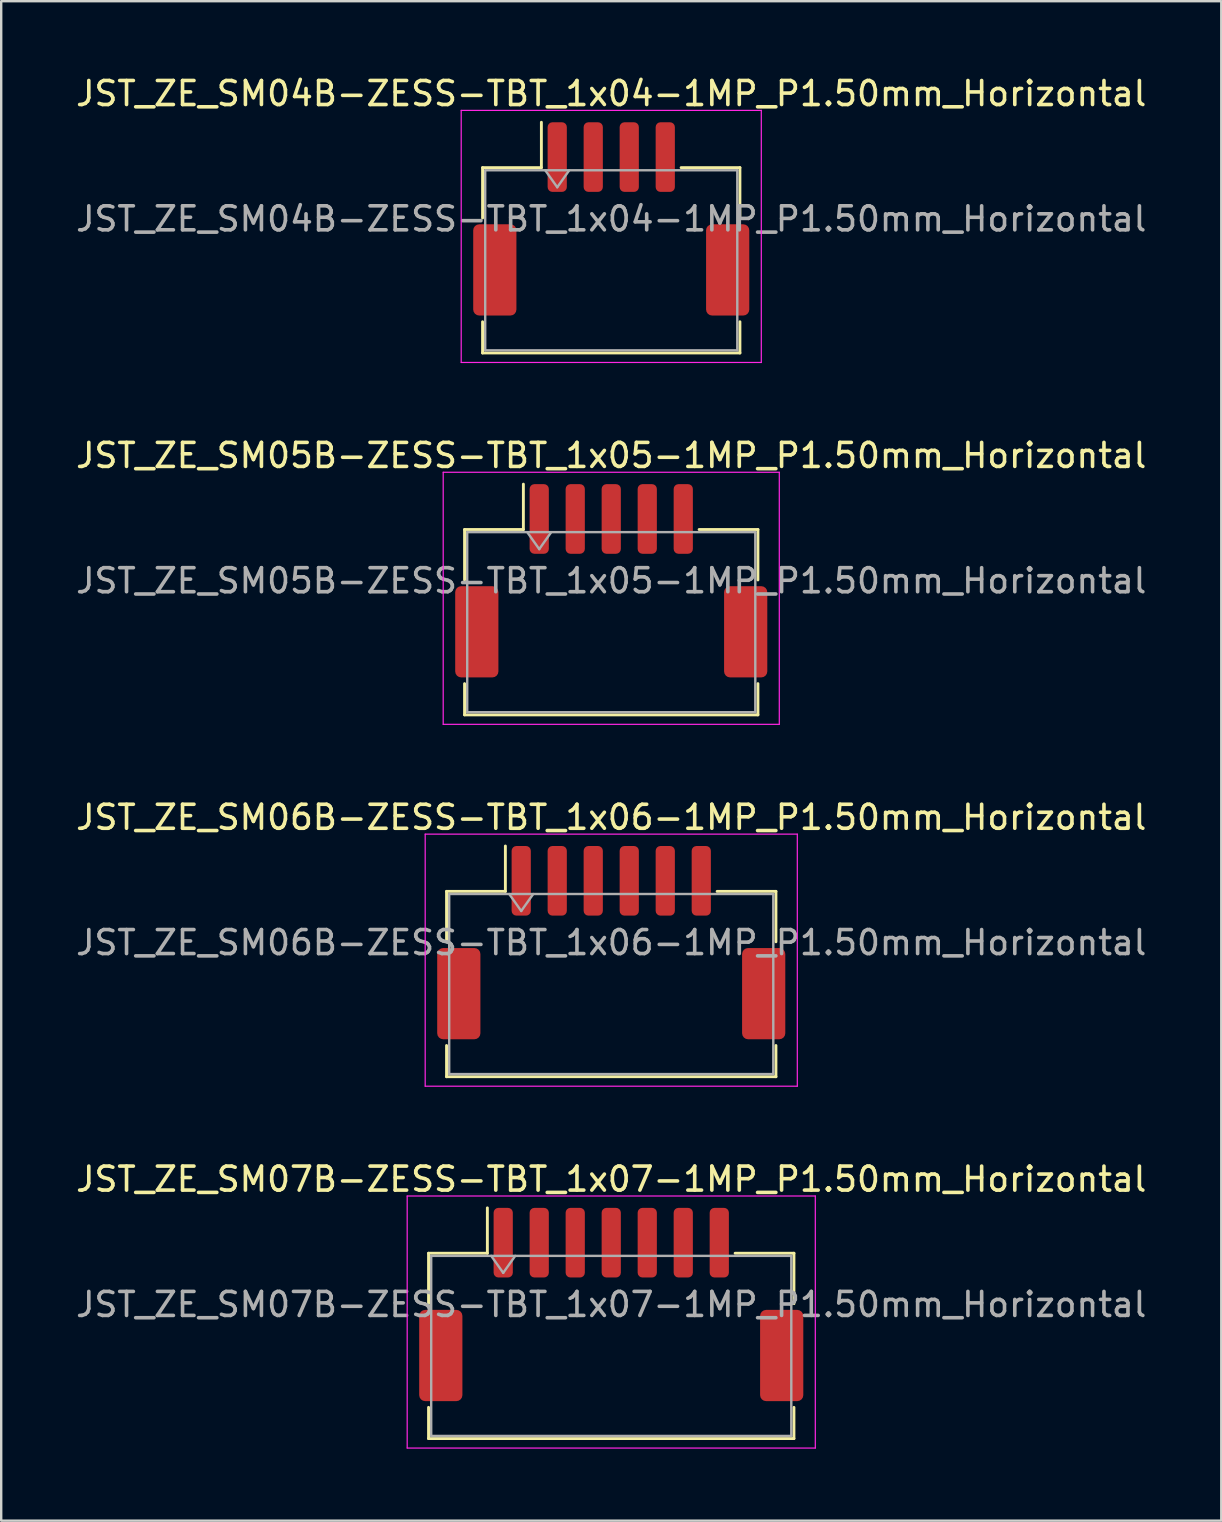
<source format=kicad_pcb>
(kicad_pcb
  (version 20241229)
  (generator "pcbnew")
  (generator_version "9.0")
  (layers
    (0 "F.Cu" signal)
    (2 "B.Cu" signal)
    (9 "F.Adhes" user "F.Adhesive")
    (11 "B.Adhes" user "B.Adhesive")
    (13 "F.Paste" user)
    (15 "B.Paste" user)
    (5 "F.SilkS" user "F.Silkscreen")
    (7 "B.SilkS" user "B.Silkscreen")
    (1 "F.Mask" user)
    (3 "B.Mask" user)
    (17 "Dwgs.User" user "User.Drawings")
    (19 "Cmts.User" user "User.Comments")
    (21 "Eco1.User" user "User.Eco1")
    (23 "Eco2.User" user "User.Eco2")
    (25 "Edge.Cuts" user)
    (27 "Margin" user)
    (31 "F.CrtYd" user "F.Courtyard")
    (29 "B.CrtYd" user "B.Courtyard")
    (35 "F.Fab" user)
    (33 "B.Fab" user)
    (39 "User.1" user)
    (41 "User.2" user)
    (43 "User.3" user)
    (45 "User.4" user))
  (footprint "JST_ZE_SM07B-ZESS-TBT_1x07-1MP_P1.50mm_Horizontal"
    (layer "F.Cu")
    (at 22.411 51.288)
    (property "Reference" "JST_ZE_SM07B-ZESS-TBT_1x07-1MP_P1.50mm_Horizontal" (at 0 -5.22 0) (layer "F.SilkS") (effects (font (size 1 1) (thickness 0.15))))
    (attr smd)
    (fp_line (start -7.61 -2.135) (end -5.16 -2.135) (stroke (width 0.12) (type solid)) (layer "F.SilkS"))
    (fp_line (start -7.61 -0.035) (end -7.61 -2.135) (stroke (width 0.12) (type solid)) (layer "F.SilkS"))
    (fp_line (start -7.61 4.285) (end -7.61 5.585) (stroke (width 0.12) (type solid)) (layer "F.SilkS"))
    (fp_line (start -7.61 5.585) (end 7.61 5.585) (stroke (width 0.12) (type solid)) (layer "F.SilkS"))
    (fp_line (start -5.16 -2.135) (end -5.16 -4.025) (stroke (width 0.12) (type solid)) (layer "F.SilkS"))
    (fp_line (start 7.61 -2.135) (end 5.16 -2.135) (stroke (width 0.12) (type solid)) (layer "F.SilkS"))
    (fp_line (start 7.61 -0.035) (end 7.61 -2.135) (stroke (width 0.12) (type solid)) (layer "F.SilkS"))
    (fp_line (start 7.61 5.585) (end 7.61 4.285) (stroke (width 0.12) (type solid)) (layer "F.SilkS"))
    (fp_line (start -8.5 -4.52) (end -8.5 5.98) (stroke (width 0.05) (type solid)) (layer "F.CrtYd"))
    (fp_line (start -8.5 5.98) (end 8.5 5.98) (stroke (width 0.05) (type solid)) (layer "F.CrtYd"))
    (fp_line (start 8.5 -4.52) (end -8.5 -4.52) (stroke (width 0.05) (type solid)) (layer "F.CrtYd"))
    (fp_line (start 8.5 5.98) (end 8.5 -4.52) (stroke (width 0.05) (type solid)) (layer "F.CrtYd"))
    (fp_line (start -7.5 -2.025) (end -7.5 5.475) (stroke (width 0.1) (type solid)) (layer "F.Fab"))
    (fp_line (start -7.5 -2.025) (end 7.5 -2.025) (stroke (width 0.1) (type solid)) (layer "F.Fab"))
    (fp_line (start -7.5 5.475) (end 7.5 5.475) (stroke (width 0.1) (type solid)) (layer "F.Fab"))
    (fp_line (start -5 -2.025) (end -4.5 -1.318) (stroke (width 0.1) (type solid)) (layer "F.Fab"))
    (fp_line (start -4.5 -1.318) (end -4 -2.025) (stroke (width 0.1) (type solid)) (layer "F.Fab"))
    (fp_line (start 7.5 -2.025) (end 7.5 5.475) (stroke (width 0.1) (type solid)) (layer "F.Fab"))
    (fp_text user "${REFERENCE}" (at 0 0 0) (layer "F.Fab") (effects (font (size 1 1) (thickness 0.15))))
    (pad "1" smd roundrect (at -4.5 -2.575) (size 0.8 2.9) (layers "F.Cu" "F.Mask" "F.Paste") (roundrect_rratio 0.25))
    (pad "2" smd roundrect (at -3 -2.575) (size 0.8 2.9) (layers "F.Cu" "F.Mask" "F.Paste") (roundrect_rratio 0.25))
    (pad "3" smd roundrect (at -1.5 -2.575) (size 0.8 2.9) (layers "F.Cu" "F.Mask" "F.Paste") (roundrect_rratio 0.25))
    (pad "4" smd roundrect (at 0 -2.575) (size 0.8 2.9) (layers "F.Cu" "F.Mask" "F.Paste") (roundrect_rratio 0.25))
    (pad "5" smd roundrect (at 1.5 -2.575) (size 0.8 2.9) (layers "F.Cu" "F.Mask" "F.Paste") (roundrect_rratio 0.25))
    (pad "6" smd roundrect (at 3 -2.575) (size 0.8 2.9) (layers "F.Cu" "F.Mask" "F.Paste") (roundrect_rratio 0.25))
    (pad "7" smd roundrect (at 4.5 -2.575) (size 0.8 2.9) (layers "F.Cu" "F.Mask" "F.Paste") (roundrect_rratio 0.25))
    (pad "MP" smd roundrect (at -7.1 2.125) (size 1.8 3.8) (layers "F.Cu" "F.Mask" "F.Paste") (roundrect_rratio 0.139))
    (pad "MP" smd roundrect (at 7.1 2.125) (size 1.8 3.8) (layers "F.Cu" "F.Mask" "F.Paste") (roundrect_rratio 0.139)))
  (footprint "JST_ZE_SM06B-ZESS-TBT_1x06-1MP_P1.50mm_Horizontal"
    (layer "F.Cu")
    (at 22.411 36.215)
    (property "Reference" "JST_ZE_SM06B-ZESS-TBT_1x06-1MP_P1.50mm_Horizontal" (at 0 -5.22 0) (layer "F.SilkS") (effects (font (size 1 1) (thickness 0.15))))
    (attr smd)
    (fp_line (start -6.86 -2.135) (end -4.41 -2.135) (stroke (width 0.12) (type solid)) (layer "F.SilkS"))
    (fp_line (start -6.86 -0.035) (end -6.86 -2.135) (stroke (width 0.12) (type solid)) (layer "F.SilkS"))
    (fp_line (start -6.86 4.285) (end -6.86 5.585) (stroke (width 0.12) (type solid)) (layer "F.SilkS"))
    (fp_line (start -6.86 5.585) (end 6.86 5.585) (stroke (width 0.12) (type solid)) (layer "F.SilkS"))
    (fp_line (start -4.41 -2.135) (end -4.41 -4.025) (stroke (width 0.12) (type solid)) (layer "F.SilkS"))
    (fp_line (start 6.86 -2.135) (end 4.41 -2.135) (stroke (width 0.12) (type solid)) (layer "F.SilkS"))
    (fp_line (start 6.86 -0.035) (end 6.86 -2.135) (stroke (width 0.12) (type solid)) (layer "F.SilkS"))
    (fp_line (start 6.86 5.585) (end 6.86 4.285) (stroke (width 0.12) (type solid)) (layer "F.SilkS"))
    (fp_line (start -7.75 -4.52) (end -7.75 5.98) (stroke (width 0.05) (type solid)) (layer "F.CrtYd"))
    (fp_line (start -7.75 5.98) (end 7.75 5.98) (stroke (width 0.05) (type solid)) (layer "F.CrtYd"))
    (fp_line (start 7.75 -4.52) (end -7.75 -4.52) (stroke (width 0.05) (type solid)) (layer "F.CrtYd"))
    (fp_line (start 7.75 5.98) (end 7.75 -4.52) (stroke (width 0.05) (type solid)) (layer "F.CrtYd"))
    (fp_line (start -6.75 -2.025) (end -6.75 5.475) (stroke (width 0.1) (type solid)) (layer "F.Fab"))
    (fp_line (start -6.75 -2.025) (end 6.75 -2.025) (stroke (width 0.1) (type solid)) (layer "F.Fab"))
    (fp_line (start -6.75 5.475) (end 6.75 5.475) (stroke (width 0.1) (type solid)) (layer "F.Fab"))
    (fp_line (start -4.25 -2.025) (end -3.75 -1.318) (stroke (width 0.1) (type solid)) (layer "F.Fab"))
    (fp_line (start -3.75 -1.318) (end -3.25 -2.025) (stroke (width 0.1) (type solid)) (layer "F.Fab"))
    (fp_line (start 6.75 -2.025) (end 6.75 5.475) (stroke (width 0.1) (type solid)) (layer "F.Fab"))
    (fp_text user "${REFERENCE}" (at 0 0 0) (layer "F.Fab") (effects (font (size 1 1) (thickness 0.15))))
    (pad "1" smd roundrect (at -3.75 -2.575) (size 0.8 2.9) (layers "F.Cu" "F.Mask" "F.Paste") (roundrect_rratio 0.25))
    (pad "2" smd roundrect (at -2.25 -2.575) (size 0.8 2.9) (layers "F.Cu" "F.Mask" "F.Paste") (roundrect_rratio 0.25))
    (pad "3" smd roundrect (at -0.75 -2.575) (size 0.8 2.9) (layers "F.Cu" "F.Mask" "F.Paste") (roundrect_rratio 0.25))
    (pad "4" smd roundrect (at 0.75 -2.575) (size 0.8 2.9) (layers "F.Cu" "F.Mask" "F.Paste") (roundrect_rratio 0.25))
    (pad "5" smd roundrect (at 2.25 -2.575) (size 0.8 2.9) (layers "F.Cu" "F.Mask" "F.Paste") (roundrect_rratio 0.25))
    (pad "6" smd roundrect (at 3.75 -2.575) (size 0.8 2.9) (layers "F.Cu" "F.Mask" "F.Paste") (roundrect_rratio 0.25))
    (pad "MP" smd roundrect (at -6.35 2.125) (size 1.8 3.8) (layers "F.Cu" "F.Mask" "F.Paste") (roundrect_rratio 0.139))
    (pad "MP" smd roundrect (at 6.35 2.125) (size 1.8 3.8) (layers "F.Cu" "F.Mask" "F.Paste") (roundrect_rratio 0.139)))
  (footprint "JST_ZE_SM04B-ZESS-TBT_1x04-1MP_P1.50mm_Horizontal"
    (layer "F.Cu")
    (at 22.411 6.068)
    (property "Reference" "JST_ZE_SM04B-ZESS-TBT_1x04-1MP_P1.50mm_Horizontal" (at 0 -5.22 0) (layer "F.SilkS") (effects (font (size 1 1) (thickness 0.15))))
    (attr smd)
    (fp_line (start -5.36 -2.135) (end -2.91 -2.135) (stroke (width 0.12) (type solid)) (layer "F.SilkS"))
    (fp_line (start -5.36 -0.035) (end -5.36 -2.135) (stroke (width 0.12) (type solid)) (layer "F.SilkS"))
    (fp_line (start -5.36 4.285) (end -5.36 5.585) (stroke (width 0.12) (type solid)) (layer "F.SilkS"))
    (fp_line (start -5.36 5.585) (end 5.36 5.585) (stroke (width 0.12) (type solid)) (layer "F.SilkS"))
    (fp_line (start -2.91 -2.135) (end -2.91 -4.025) (stroke (width 0.12) (type solid)) (layer "F.SilkS"))
    (fp_line (start 5.36 -2.135) (end 2.91 -2.135) (stroke (width 0.12) (type solid)) (layer "F.SilkS"))
    (fp_line (start 5.36 -0.035) (end 5.36 -2.135) (stroke (width 0.12) (type solid)) (layer "F.SilkS"))
    (fp_line (start 5.36 5.585) (end 5.36 4.285) (stroke (width 0.12) (type solid)) (layer "F.SilkS"))
    (fp_line (start -6.25 -4.52) (end -6.25 5.98) (stroke (width 0.05) (type solid)) (layer "F.CrtYd"))
    (fp_line (start -6.25 5.98) (end 6.25 5.98) (stroke (width 0.05) (type solid)) (layer "F.CrtYd"))
    (fp_line (start 6.25 -4.52) (end -6.25 -4.52) (stroke (width 0.05) (type solid)) (layer "F.CrtYd"))
    (fp_line (start 6.25 5.98) (end 6.25 -4.52) (stroke (width 0.05) (type solid)) (layer "F.CrtYd"))
    (fp_line (start -5.25 -2.025) (end -5.25 5.475) (stroke (width 0.1) (type solid)) (layer "F.Fab"))
    (fp_line (start -5.25 -2.025) (end 5.25 -2.025) (stroke (width 0.1) (type solid)) (layer "F.Fab"))
    (fp_line (start -5.25 5.475) (end 5.25 5.475) (stroke (width 0.1) (type solid)) (layer "F.Fab"))
    (fp_line (start -2.75 -2.025) (end -2.25 -1.318) (stroke (width 0.1) (type solid)) (layer "F.Fab"))
    (fp_line (start -2.25 -1.318) (end -1.75 -2.025) (stroke (width 0.1) (type solid)) (layer "F.Fab"))
    (fp_line (start 5.25 -2.025) (end 5.25 5.475) (stroke (width 0.1) (type solid)) (layer "F.Fab"))
    (fp_text user "${REFERENCE}" (at 0 0 0) (layer "F.Fab") (effects (font (size 1 1) (thickness 0.15))))
    (pad "1" smd roundrect (at -2.25 -2.575) (size 0.8 2.9) (layers "F.Cu" "F.Mask" "F.Paste") (roundrect_rratio 0.25))
    (pad "2" smd roundrect (at -0.75 -2.575) (size 0.8 2.9) (layers "F.Cu" "F.Mask" "F.Paste") (roundrect_rratio 0.25))
    (pad "3" smd roundrect (at 0.75 -2.575) (size 0.8 2.9) (layers "F.Cu" "F.Mask" "F.Paste") (roundrect_rratio 0.25))
    (pad "4" smd roundrect (at 2.25 -2.575) (size 0.8 2.9) (layers "F.Cu" "F.Mask" "F.Paste") (roundrect_rratio 0.25))
    (pad "MP" smd roundrect (at -4.85 2.125) (size 1.8 3.8) (layers "F.Cu" "F.Mask" "F.Paste") (roundrect_rratio 0.139))
    (pad "MP" smd roundrect (at 4.85 2.125) (size 1.8 3.8) (layers "F.Cu" "F.Mask" "F.Paste") (roundrect_rratio 0.139)))
  (footprint "JST_ZE_SM05B-ZESS-TBT_1x05-1MP_P1.50mm_Horizontal"
    (layer "F.Cu")
    (at 22.411 21.142)
    (property "Reference" "JST_ZE_SM05B-ZESS-TBT_1x05-1MP_P1.50mm_Horizontal" (at 0 -5.22 0) (layer "F.SilkS") (effects (font (size 1 1) (thickness 0.15))))
    (attr smd)
    (fp_line (start -6.11 -2.135) (end -3.66 -2.135) (stroke (width 0.12) (type solid)) (layer "F.SilkS"))
    (fp_line (start -6.11 -0.035) (end -6.11 -2.135) (stroke (width 0.12) (type solid)) (layer "F.SilkS"))
    (fp_line (start -6.11 4.285) (end -6.11 5.585) (stroke (width 0.12) (type solid)) (layer "F.SilkS"))
    (fp_line (start -6.11 5.585) (end 6.11 5.585) (stroke (width 0.12) (type solid)) (layer "F.SilkS"))
    (fp_line (start -3.66 -2.135) (end -3.66 -4.025) (stroke (width 0.12) (type solid)) (layer "F.SilkS"))
    (fp_line (start 6.11 -2.135) (end 3.66 -2.135) (stroke (width 0.12) (type solid)) (layer "F.SilkS"))
    (fp_line (start 6.11 -0.035) (end 6.11 -2.135) (stroke (width 0.12) (type solid)) (layer "F.SilkS"))
    (fp_line (start 6.11 5.585) (end 6.11 4.285) (stroke (width 0.12) (type solid)) (layer "F.SilkS"))
    (fp_line (start -7 -4.52) (end -7 5.98) (stroke (width 0.05) (type solid)) (layer "F.CrtYd"))
    (fp_line (start -7 5.98) (end 7 5.98) (stroke (width 0.05) (type solid)) (layer "F.CrtYd"))
    (fp_line (start 7 -4.52) (end -7 -4.52) (stroke (width 0.05) (type solid)) (layer "F.CrtYd"))
    (fp_line (start 7 5.98) (end 7 -4.52) (stroke (width 0.05) (type solid)) (layer "F.CrtYd"))
    (fp_line (start -6 -2.025) (end -6 5.475) (stroke (width 0.1) (type solid)) (layer "F.Fab"))
    (fp_line (start -6 -2.025) (end 6 -2.025) (stroke (width 0.1) (type solid)) (layer "F.Fab"))
    (fp_line (start -6 5.475) (end 6 5.475) (stroke (width 0.1) (type solid)) (layer "F.Fab"))
    (fp_line (start -3.5 -2.025) (end -3 -1.318) (stroke (width 0.1) (type solid)) (layer "F.Fab"))
    (fp_line (start -3 -1.318) (end -2.5 -2.025) (stroke (width 0.1) (type solid)) (layer "F.Fab"))
    (fp_line (start 6 -2.025) (end 6 5.475) (stroke (width 0.1) (type solid)) (layer "F.Fab"))
    (fp_text user "${REFERENCE}" (at 0 0 0) (layer "F.Fab") (effects (font (size 1 1) (thickness 0.15))))
    (pad "1" smd roundrect (at -3 -2.575) (size 0.8 2.9) (layers "F.Cu" "F.Mask" "F.Paste") (roundrect_rratio 0.25))
    (pad "2" smd roundrect (at -1.5 -2.575) (size 0.8 2.9) (layers "F.Cu" "F.Mask" "F.Paste") (roundrect_rratio 0.25))
    (pad "3" smd roundrect (at 0 -2.575) (size 0.8 2.9) (layers "F.Cu" "F.Mask" "F.Paste") (roundrect_rratio 0.25))
    (pad "4" smd roundrect (at 1.5 -2.575) (size 0.8 2.9) (layers "F.Cu" "F.Mask" "F.Paste") (roundrect_rratio 0.25))
    (pad "5" smd roundrect (at 3 -2.575) (size 0.8 2.9) (layers "F.Cu" "F.Mask" "F.Paste") (roundrect_rratio 0.25))
    (pad "MP" smd roundrect (at -5.6 2.125) (size 1.8 3.8) (layers "F.Cu" "F.Mask" "F.Paste") (roundrect_rratio 0.139))
    (pad "MP" smd roundrect (at 5.6 2.125) (size 1.8 3.8) (layers "F.Cu" "F.Mask" "F.Paste") (roundrect_rratio 0.139)))
  (gr_rect
    (start -3 -3)
    (end 47.821 60.293)
    (stroke (width 0.1) (type default))
    (fill no)
    (layer "Edge.Cuts")))
</source>
